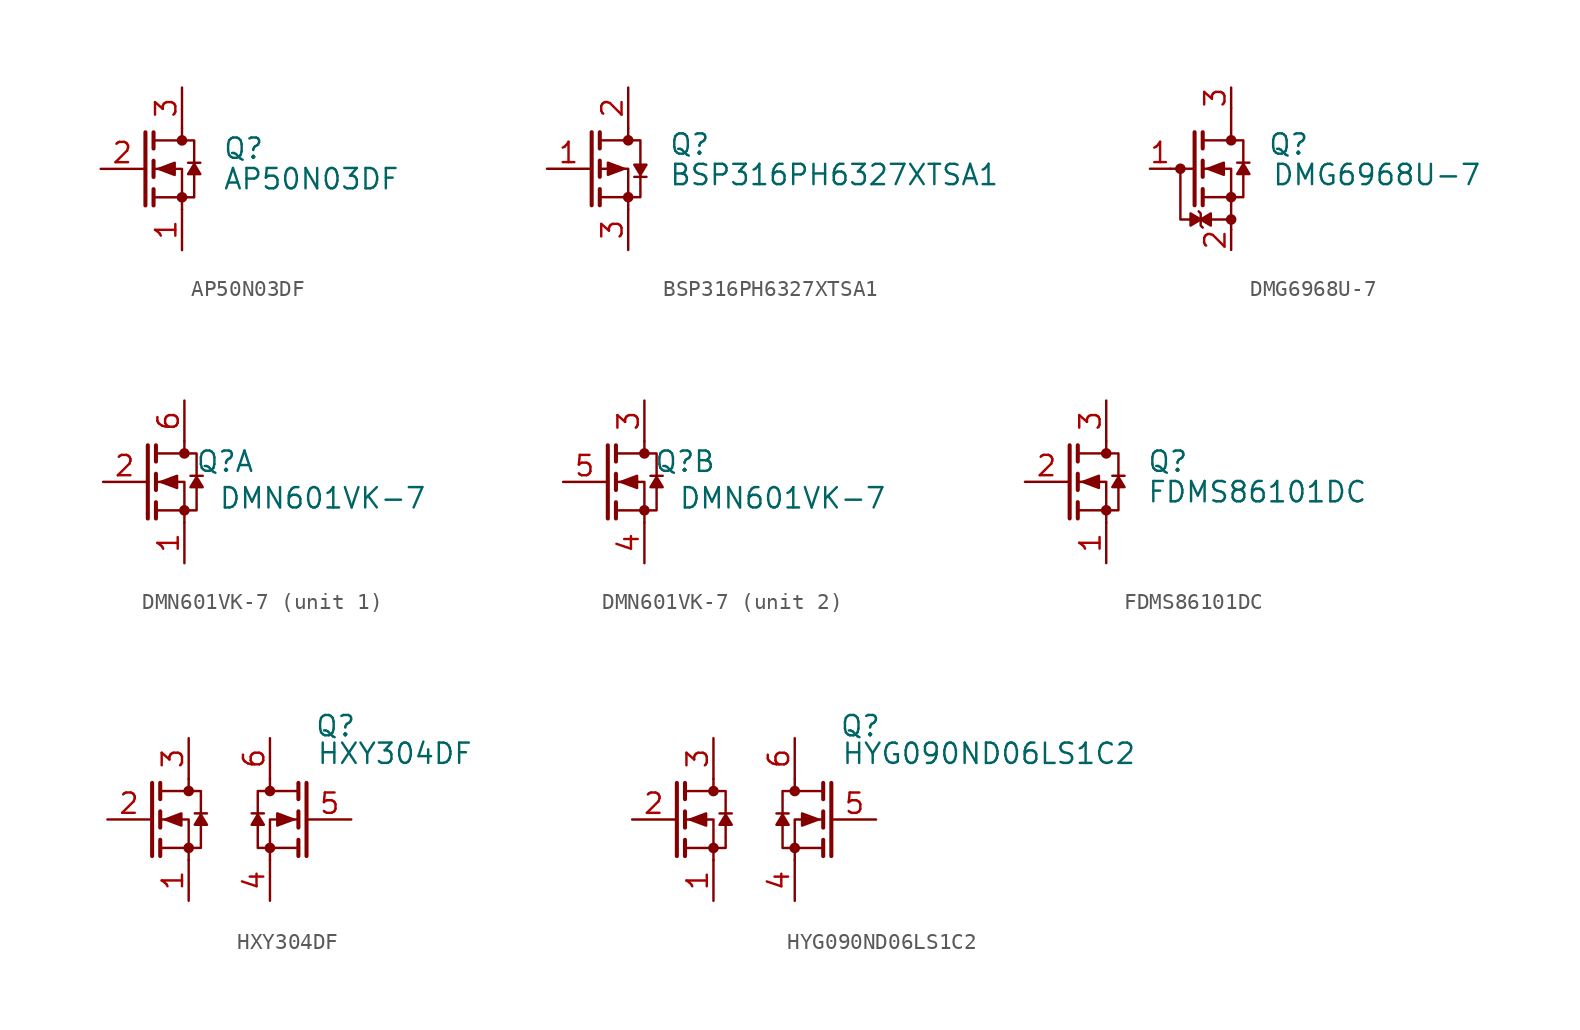
<source format=kicad_sym>
(kicad_symbol_lib
  (version 20241209)
  (generator "kicad_symbol_editor")
  (generator_version "9.0")
  (symbol "AP50N03DF"
    (pin_names
      (offset 0)
      (hide yes))
    (property "Reference" "Q"
      (at 2.54 1.27 0)
      (effects (font (size 1.27 1.27)) (justify left)))
    (property "Value" "AP50N03DF"
      (at 2.54 -0.635 0)
      (effects (font (size 1.27 1.27)) (justify left)))
    (symbol "AP50N03DF_0_1"
      (polyline (pts (xy -2.286 -2.286) (xy -2.286 2.286)) (stroke (width 0.254) (type default)) (fill (type none)))
      (polyline (pts (xy -1.778 2.286) (xy -1.778 1.27)) (stroke (width 0.254) (type default)) (fill (type none)))
      (polyline (pts (xy -1.778 1.778) (xy 0.762 1.778) (xy 0.762 -1.778) (xy -1.778 -1.778)) (stroke (width 0) (type default)) (fill (type none)))
      (polyline (pts (xy -1.778 0.508) (xy -1.778 -0.508)) (stroke (width 0.254) (type default)) (fill (type none)))
      (polyline (pts (xy -1.778 -1.27) (xy -1.778 -2.286)) (stroke (width 0.254) (type default)) (fill (type none)))
      (polyline (pts (xy -1.473 0) (xy -0.457 -0.381) (xy -0.457 0.381) (xy -1.473 0)) (stroke (width 0) (type default)) (fill (type outline)))
      (polyline (pts (xy 0 2.54) (xy 0 1.778)) (stroke (width 0) (type default)) (fill (type none)))
      (circle (center 0 1.778) (radius 0.254) (stroke (width 0) (type default)) (fill (type outline)))
      (circle (center 0 -1.778) (radius 0.254) (stroke (width 0) (type default)) (fill (type outline)))
      (polyline (pts (xy 0 -2.54) (xy 0 0) (xy -1.778 0)) (stroke (width 0) (type default)) (fill (type none)))
      (polyline (pts (xy 1.143 0.381) (xy 0.381 0.381)) (stroke (width 0) (type default)) (fill (type none))))
    (symbol "AP50N03DF_1_1"
      (polyline (pts (xy 0.762 0.305) (xy 1.143 -0.33) (xy 0.381 -0.33) (xy 0.762 0.305)) (stroke (width 0) (type default)) (fill (type outline)))
      (pin input line (at -5.08 0 0) (length 2.692) (name "G" (effects (font (size 1.27 1.27)))) (number "2" (effects (font (size 1.27 1.27)))))
      (pin passive line (at 0 5.08 270) (length 2.54) (name "D" (effects (font (size 1.27 1.27)))) (number "3" (effects (font (size 1.27 1.27)))))
      (pin passive line (at 0 -5.08 90) (length 2.54) (name "S" (effects (font (size 1.27 1.27)))) (number "1" (effects (font (size 1.27 1.27)))))))
  (symbol "BSP316PH6327XTSA1"
    (pin_names
      (offset 0)
      (hide yes))
    (property "Reference" "Q"
      (at 2.54 1.524 0)
      (effects (font (size 1.27 1.27)) (justify left)))
    (property "Value" "BSP316PH6327XTSA1"
      (at 2.54 -0.381 0)
      (effects (font (size 1.27 1.27)) (justify left)))
    (symbol "BSP316PH6327XTSA1_0_1"
      (polyline (pts (xy -2.286 -2.286) (xy -2.286 2.286)) (stroke (width 0.254) (type default)) (fill (type none)))
      (polyline (pts (xy -1.778 2.286) (xy -1.778 1.27)) (stroke (width 0.254) (type default)) (fill (type none)))
      (polyline (pts (xy -1.778 1.778) (xy 0.762 1.778) (xy 0.762 -1.778) (xy -1.778 -1.778)) (stroke (width 0) (type default)) (fill (type none)))
      (polyline (pts (xy -1.778 0.508) (xy -1.778 -0.508)) (stroke (width 0.254) (type default)) (fill (type none)))
      (polyline (pts (xy -1.778 -1.27) (xy -1.778 -2.286)) (stroke (width 0.254) (type default)) (fill (type none)))
      (polyline (pts (xy -0.254 0) (xy -1.27 0.381) (xy -1.27 -0.381) (xy -0.254 0)) (stroke (width 0) (type default)) (fill (type outline)))
      (polyline (pts (xy 0 2.54) (xy 0 1.778)) (stroke (width 0) (type default)) (fill (type none)))
      (circle (center 0 1.778) (radius 0.254) (stroke (width 0) (type default)) (fill (type outline)))
      (circle (center 0 -1.778) (radius 0.254) (stroke (width 0) (type default)) (fill (type outline)))
      (polyline (pts (xy 0 -2.54) (xy 0 0) (xy -1.778 0)) (stroke (width 0) (type default)) (fill (type none)))
      (polyline (pts (xy 1.143 -0.508) (xy 0.381 -0.508)) (stroke (width 0) (type default)) (fill (type none))))
    (symbol "BSP316PH6327XTSA1_1_1"
      (polyline (pts (xy 0.762 -0.381) (xy 0.381 0.254) (xy 1.143 0.254) (xy 0.762 -0.381)) (stroke (width 0) (type default)) (fill (type outline)))
      (pin input line (at -5.08 0 0) (length 2.692) (name "G" (effects (font (size 1.27 1.27)))) (number "1" (effects (font (size 1.27 1.27)))))
      (pin passive line (at 0 5.08 270) (length 2.54) (name "D" (effects (font (size 1.27 1.27)))) (number "2" (effects (font (size 1.27 1.27)))))
      (pin passive line (at 0 5.08 270) (length 2.54) (hide yes) (name "D" (effects (font (size 1.27 1.27)))) (number "4" (effects (font (size 1.27 1.27)))))
      (pin passive line (at 0 -5.08 90) (length 2.54) (name "S" (effects (font (size 1.27 1.27)))) (number "3" (effects (font (size 1.27 1.27)))))))
  (symbol "DMG6968U-7"
    (pin_names
      (offset 0)
      (hide yes))
    (property "Reference" "Q"
      (at 2.286 1.524 0)
      (effects (font (size 1.27 1.27)) (justify left)))
    (property "Value" "DMG6968U-7"
      (at 2.54 -0.381 0)
      (effects (font (size 1.27 1.27)) (justify left)))
    (symbol "DMG6968U-7_0_1"
      (polyline (pts (xy -3.81 0) (xy -2.286 0)) (stroke (width 0) (type default)) (fill (type none)))
      (circle (center -3.175 0) (radius 0.254) (stroke (width 0) (type default)) (fill (type outline)))
      (polyline (pts (xy -2.286 -2.286) (xy -2.286 2.286)) (stroke (width 0.254) (type default)) (fill (type none)))
      (polyline (pts (xy -1.778 2.286) (xy -1.778 1.27)) (stroke (width 0.254) (type default)) (fill (type none)))
      (polyline (pts (xy -1.778 1.778) (xy 0.762 1.778) (xy 0.762 -1.778) (xy -1.778 -1.778)) (stroke (width 0) (type default)) (fill (type none)))
      (polyline (pts (xy -1.778 0.508) (xy -1.778 -0.508)) (stroke (width 0.254) (type default)) (fill (type none)))
      (polyline (pts (xy -1.778 -1.27) (xy -1.778 -2.286)) (stroke (width 0.254) (type default)) (fill (type none)))
      (polyline (pts (xy -1.778 -3.683) (xy -1.905 -3.556) (xy -1.905 -2.794) (xy -2.032 -2.667)) (stroke (width 0) (type default)) (fill (type none)))
      (polyline (pts (xy -1.473 0) (xy -0.457 -0.381) (xy -0.457 0.381) (xy -1.473 0)) (stroke (width 0) (type default)) (fill (type outline)))
      (polyline (pts (xy 0 3.81) (xy 0 1.778)) (stroke (width 0) (type default)) (fill (type none)))
      (circle (center 0 1.778) (radius 0.254) (stroke (width 0) (type default)) (fill (type outline)))
      (circle (center 0 -1.778) (radius 0.254) (stroke (width 0) (type default)) (fill (type outline)))
      (polyline (pts (xy 0 -3.175) (xy -3.175 -3.175) (xy -3.175 0)) (stroke (width 0) (type default)) (fill (type none)))
      (circle (center 0 -3.175) (radius 0.254) (stroke (width 0) (type default)) (fill (type outline)))
      (polyline (pts (xy 0 -3.81) (xy 0 0) (xy -1.778 0)) (stroke (width 0) (type default)) (fill (type none)))
      (polyline (pts (xy 1.143 0.381) (xy 0.381 0.381)) (stroke (width 0) (type default)) (fill (type none))))
    (symbol "DMG6968U-7_1_1"
      (polyline (pts (xy -1.905 -3.175) (xy -2.54 -3.556) (xy -2.54 -2.794) (xy -1.905 -3.175)) (stroke (width 0) (type default)) (fill (type outline)))
      (polyline (pts (xy -1.905 -3.175) (xy -1.27 -2.794) (xy -1.27 -3.556) (xy -1.905 -3.175)) (stroke (width 0) (type default)) (fill (type outline)))
      (polyline (pts (xy 0.762 0.305) (xy 1.143 -0.33) (xy 0.381 -0.33) (xy 0.762 0.305)) (stroke (width 0) (type default)) (fill (type outline)))
      (pin input line (at -5.08 0 0) (length 1.27) (name "G" (effects (font (size 1.27 1.27)))) (number "1" (effects (font (size 1.27 1.27)))))
      (pin passive line (at 0 5.08 270) (length 1.27) (name "D" (effects (font (size 1.27 1.27)))) (number "3" (effects (font (size 1.27 1.27)))))
      (pin passive line (at 0 -5.08 90) (length 1.27) (name "S" (effects (font (size 1.27 1.27)))) (number "2" (effects (font (size 1.27 1.27)))))))
  (symbol "DMN601VK-7"
    (pin_names
      (hide yes))
    (property "Reference" "Q"
      (at 2.54 1.27 0)
      (effects (font (size 1.27 1.27))))
    (property "Value" "DMN601VK-7"
      (at 8.636 -1.016 0)
      (effects (font (size 1.27 1.27))))
    (symbol "DMN601VK-7_0_1"
      (polyline (pts (xy -2.286 -2.286) (xy -2.286 2.286)) (stroke (width 0.254) (type default)) (fill (type none)))
      (polyline (pts (xy -1.778 2.286) (xy -1.778 1.27)) (stroke (width 0.254) (type default)) (fill (type none)))
      (polyline (pts (xy -1.778 1.778) (xy 0.762 1.778) (xy 0.762 -1.778) (xy -1.778 -1.778)) (stroke (width 0) (type default)) (fill (type none)))
      (polyline (pts (xy -1.778 0.508) (xy -1.778 -0.508)) (stroke (width 0.254) (type default)) (fill (type none)))
      (polyline (pts (xy -1.778 -1.27) (xy -1.778 -2.286)) (stroke (width 0.254) (type default)) (fill (type none)))
      (polyline (pts (xy -1.473 0) (xy -0.457 -0.381) (xy -0.457 0.381) (xy -1.473 0)) (stroke (width 0) (type default)) (fill (type outline)))
      (polyline (pts (xy 0 2.54) (xy 0 1.778)) (stroke (width 0) (type default)) (fill (type none)))
      (circle (center 0 1.778) (radius 0.254) (stroke (width 0) (type default)) (fill (type outline)))
      (circle (center 0 -1.778) (radius 0.254) (stroke (width 0) (type default)) (fill (type outline)))
      (polyline (pts (xy 0 -2.54) (xy 0 0) (xy -1.778 0)) (stroke (width 0) (type default)) (fill (type none)))
      (polyline (pts (xy 0.762 0.305) (xy 1.143 -0.33) (xy 0.381 -0.33) (xy 0.762 0.305)) (stroke (width 0) (type default)) (fill (type outline)))
      (polyline (pts (xy 1.143 0.381) (xy 0.381 0.381)) (stroke (width 0) (type default)) (fill (type none))))
    (symbol "DMN601VK-7_1_1"
      (pin input line (at -5.08 0 0) (length 2.692) (name "G" (effects (font (size 1.27 1.27)))) (number "2" (effects (font (size 1.27 1.27)))))
      (pin passive line (at 0 5.08 270) (length 2.54) (name "D" (effects (font (size 1.27 1.27)))) (number "6" (effects (font (size 1.27 1.27)))))
      (pin passive line (at 0 -5.08 90) (length 2.54) (name "S" (effects (font (size 1.27 1.27)))) (number "1" (effects (font (size 1.27 1.27))))))
    (symbol "DMN601VK-7_2_1"
      (pin input line (at -5.08 0 0) (length 2.692) (name "G" (effects (font (size 1.27 1.27)))) (number "5" (effects (font (size 1.27 1.27)))))
      (pin passive line (at 0 5.08 270) (length 2.54) (name "D" (effects (font (size 1.27 1.27)))) (number "3" (effects (font (size 1.27 1.27)))))
      (pin passive line (at 0 -5.08 90) (length 2.54) (name "S" (effects (font (size 1.27 1.27)))) (number "4" (effects (font (size 1.27 1.27)))))))
  (symbol "FDMS86101DC"
    (pin_names
      (offset 0)
      (hide yes))
    (property "Reference" "Q"
      (at 2.54 1.27 0)
      (effects (font (size 1.27 1.27)) (justify left)))
    (property "Value" "FDMS86101DC"
      (at 2.54 -0.635 0)
      (effects (font (size 1.27 1.27)) (justify left)))
    (symbol "FDMS86101DC_0_1"
      (polyline (pts (xy -2.286 -2.286) (xy -2.286 2.286)) (stroke (width 0.254) (type default)) (fill (type none)))
      (polyline (pts (xy -1.778 2.286) (xy -1.778 1.27)) (stroke (width 0.254) (type default)) (fill (type none)))
      (polyline (pts (xy -1.778 1.778) (xy 0.762 1.778) (xy 0.762 -1.778) (xy -1.778 -1.778)) (stroke (width 0) (type default)) (fill (type none)))
      (polyline (pts (xy -1.778 0.508) (xy -1.778 -0.508)) (stroke (width 0.254) (type default)) (fill (type none)))
      (polyline (pts (xy -1.778 -1.27) (xy -1.778 -2.286)) (stroke (width 0.254) (type default)) (fill (type none)))
      (polyline (pts (xy -1.473 0) (xy -0.457 -0.381) (xy -0.457 0.381) (xy -1.473 0)) (stroke (width 0) (type default)) (fill (type outline)))
      (polyline (pts (xy 0 2.54) (xy 0 1.778)) (stroke (width 0) (type default)) (fill (type none)))
      (circle (center 0 1.778) (radius 0.254) (stroke (width 0) (type default)) (fill (type outline)))
      (circle (center 0 -1.778) (radius 0.254) (stroke (width 0) (type default)) (fill (type outline)))
      (polyline (pts (xy 0 -2.54) (xy 0 0) (xy -1.778 0)) (stroke (width 0) (type default)) (fill (type none)))
      (polyline (pts (xy 1.143 0.381) (xy 0.381 0.381)) (stroke (width 0) (type default)) (fill (type none))))
    (symbol "FDMS86101DC_1_1"
      (polyline (pts (xy 0.762 0.305) (xy 1.143 -0.33) (xy 0.381 -0.33) (xy 0.762 0.305)) (stroke (width 0) (type default)) (fill (type outline)))
      (pin input line (at -5.08 0 0) (length 2.692) (name "G" (effects (font (size 1.27 1.27)))) (number "2" (effects (font (size 1.27 1.27)))))
      (pin passive line (at 0 5.08 270) (length 2.54) (name "D" (effects (font (size 1.27 1.27)))) (number "3" (effects (font (size 1.27 1.27)))))
      (pin passive line (at 0 -5.08 90) (length 2.54) (name "S" (effects (font (size 1.27 1.27)))) (number "1" (effects (font (size 1.27 1.27)))))))
  (symbol "HXY304DF"
    (pin_names
      (offset 0)
      (hide yes))
    (property "Reference" "Q"
      (at 5.334 5.842 0)
      (effects (font (size 1.27 1.27)) (justify left)))
    (property "Value" "HXY304DF"
      (at 5.436 4.117 0)
      (effects (font (size 1.27 1.27)) (justify left)))
    (symbol "HXY304DF_0_1"
      (polyline (pts (xy -4.826 -2.286) (xy -4.826 2.286)) (stroke (width 0.254) (type default)) (fill (type none)))
      (polyline (pts (xy -4.318 2.286) (xy -4.318 1.27)) (stroke (width 0.254) (type default)) (fill (type none)))
      (polyline (pts (xy -4.318 1.778) (xy -1.778 1.778) (xy -1.778 -1.778) (xy -4.318 -1.778)) (stroke (width 0) (type default)) (fill (type none)))
      (polyline (pts (xy -4.318 0.508) (xy -4.318 -0.508)) (stroke (width 0.254) (type default)) (fill (type none)))
      (polyline (pts (xy -4.318 -1.27) (xy -4.318 -2.286)) (stroke (width 0.254) (type default)) (fill (type none)))
      (polyline (pts (xy -4.013 0) (xy -2.997 -0.381) (xy -2.997 0.381) (xy -4.013 0)) (stroke (width 0) (type default)) (fill (type outline)))
      (polyline (pts (xy -2.54 2.54) (xy -2.54 1.778)) (stroke (width 0) (type default)) (fill (type none)))
      (circle (center -2.54 1.778) (radius 0.254) (stroke (width 0) (type default)) (fill (type outline)))
      (circle (center -2.54 -1.778) (radius 0.254) (stroke (width 0) (type default)) (fill (type outline)))
      (polyline (pts (xy -2.54 -2.54) (xy -2.54 0) (xy -4.318 0)) (stroke (width 0) (type default)) (fill (type none)))
      (polyline (pts (xy -1.397 0.381) (xy -2.159 0.381)) (stroke (width 0) (type default)) (fill (type none)))
      (polyline (pts (xy 2.159 0.381) (xy 1.397 0.381)) (stroke (width 0) (type default)) (fill (type none)))
      (polyline (pts (xy 2.54 2.54) (xy 2.54 1.778)) (stroke (width 0) (type default)) (fill (type none)))
      (circle (center 2.54 1.778) (radius 0.254) (stroke (width 0) (type default)) (fill (type outline)))
      (circle (center 2.54 -1.778) (radius 0.254) (stroke (width 0) (type default)) (fill (type outline)))
      (polyline (pts (xy 2.54 -2.54) (xy 2.54 0) (xy 4.318 0)) (stroke (width 0) (type default)) (fill (type none)))
      (polyline (pts (xy 4.013 0) (xy 2.997 -0.381) (xy 2.997 0.381) (xy 4.013 0)) (stroke (width 0) (type default)) (fill (type outline)))
      (polyline (pts (xy 4.318 2.286) (xy 4.318 1.27)) (stroke (width 0.254) (type default)) (fill (type none)))
      (polyline (pts (xy 4.318 1.778) (xy 1.778 1.778) (xy 1.778 -1.778) (xy 4.318 -1.778)) (stroke (width 0) (type default)) (fill (type none)))
      (polyline (pts (xy 4.318 0.508) (xy 4.318 -0.508)) (stroke (width 0.254) (type default)) (fill (type none)))
      (polyline (pts (xy 4.318 -1.27) (xy 4.318 -2.286)) (stroke (width 0.254) (type default)) (fill (type none)))
      (polyline (pts (xy 4.826 -2.286) (xy 4.826 2.286)) (stroke (width 0.254) (type default)) (fill (type none))))
    (symbol "HXY304DF_1_1"
      (polyline (pts (xy -1.778 0.305) (xy -1.397 -0.33) (xy -2.159 -0.33) (xy -1.778 0.305)) (stroke (width 0) (type default)) (fill (type outline)))
      (polyline (pts (xy 1.778 0.305) (xy 1.397 -0.33) (xy 2.159 -0.33) (xy 1.778 0.305)) (stroke (width 0) (type default)) (fill (type outline)))
      (pin input line (at -7.62 0 0) (length 2.692) (name "G" (effects (font (size 1.27 1.27)))) (number "2" (effects (font (size 1.27 1.27)))))
      (pin passive line (at -2.54 5.08 270) (length 2.54) (name "D" (effects (font (size 1.27 1.27)))) (number "3" (effects (font (size 1.27 1.27)))))
      (pin passive line (at -2.54 -5.08 90) (length 2.54) (name "S" (effects (font (size 1.27 1.27)))) (number "1" (effects (font (size 1.27 1.27)))))
      (pin passive line (at 2.54 5.08 270) (length 2.54) (name "D" (effects (font (size 1.27 1.27)))) (number "6" (effects (font (size 1.27 1.27)))))
      (pin passive line (at 2.54 -5.08 90) (length 2.54) (name "S" (effects (font (size 1.27 1.27)))) (number "4" (effects (font (size 1.27 1.27)))))
      (pin input line (at 7.62 0 180) (length 2.692) (name "G" (effects (font (size 1.27 1.27)))) (number "5" (effects (font (size 1.27 1.27)))))))
  (symbol "HYG090ND06LS1C2"
    (pin_names
      (offset 0)
      (hide yes))
    (property "Reference" "Q"
      (at 5.334 5.842 0)
      (effects (font (size 1.27 1.27)) (justify left)))
    (property "Value" "HYG090ND06LS1C2"
      (at 5.436 4.117 0)
      (effects (font (size 1.27 1.27)) (justify left)))
    (symbol "HYG090ND06LS1C2_0_1"
      (polyline (pts (xy -4.826 -2.286) (xy -4.826 2.286)) (stroke (width 0.254) (type default)) (fill (type none)))
      (polyline (pts (xy -4.318 2.286) (xy -4.318 1.27)) (stroke (width 0.254) (type default)) (fill (type none)))
      (polyline (pts (xy -4.318 1.778) (xy -1.778 1.778) (xy -1.778 -1.778) (xy -4.318 -1.778)) (stroke (width 0) (type default)) (fill (type none)))
      (polyline (pts (xy -4.318 0.508) (xy -4.318 -0.508)) (stroke (width 0.254) (type default)) (fill (type none)))
      (polyline (pts (xy -4.318 -1.27) (xy -4.318 -2.286)) (stroke (width 0.254) (type default)) (fill (type none)))
      (polyline (pts (xy -4.013 0) (xy -2.997 -0.381) (xy -2.997 0.381) (xy -4.013 0)) (stroke (width 0) (type default)) (fill (type outline)))
      (polyline (pts (xy -2.54 2.54) (xy -2.54 1.778)) (stroke (width 0) (type default)) (fill (type none)))
      (circle (center -2.54 1.778) (radius 0.254) (stroke (width 0) (type default)) (fill (type outline)))
      (circle (center -2.54 -1.778) (radius 0.254) (stroke (width 0) (type default)) (fill (type outline)))
      (polyline (pts (xy -2.54 -2.54) (xy -2.54 0) (xy -4.318 0)) (stroke (width 0) (type default)) (fill (type none)))
      (polyline (pts (xy -1.397 0.381) (xy -2.159 0.381)) (stroke (width 0) (type default)) (fill (type none)))
      (polyline (pts (xy 2.159 0.381) (xy 1.397 0.381)) (stroke (width 0) (type default)) (fill (type none)))
      (polyline (pts (xy 2.54 2.54) (xy 2.54 1.778)) (stroke (width 0) (type default)) (fill (type none)))
      (circle (center 2.54 1.778) (radius 0.254) (stroke (width 0) (type default)) (fill (type outline)))
      (circle (center 2.54 -1.778) (radius 0.254) (stroke (width 0) (type default)) (fill (type outline)))
      (polyline (pts (xy 2.54 -2.54) (xy 2.54 0) (xy 4.318 0)) (stroke (width 0) (type default)) (fill (type none)))
      (polyline (pts (xy 4.013 0) (xy 2.997 -0.381) (xy 2.997 0.381) (xy 4.013 0)) (stroke (width 0) (type default)) (fill (type outline)))
      (polyline (pts (xy 4.318 2.286) (xy 4.318 1.27)) (stroke (width 0.254) (type default)) (fill (type none)))
      (polyline (pts (xy 4.318 1.778) (xy 1.778 1.778) (xy 1.778 -1.778) (xy 4.318 -1.778)) (stroke (width 0) (type default)) (fill (type none)))
      (polyline (pts (xy 4.318 0.508) (xy 4.318 -0.508)) (stroke (width 0.254) (type default)) (fill (type none)))
      (polyline (pts (xy 4.318 -1.27) (xy 4.318 -2.286)) (stroke (width 0.254) (type default)) (fill (type none)))
      (polyline (pts (xy 4.826 -2.286) (xy 4.826 2.286)) (stroke (width 0.254) (type default)) (fill (type none))))
    (symbol "HYG090ND06LS1C2_1_1"
      (polyline (pts (xy -1.778 0.305) (xy -1.397 -0.33) (xy -2.159 -0.33) (xy -1.778 0.305)) (stroke (width 0) (type default)) (fill (type outline)))
      (polyline (pts (xy 1.778 0.305) (xy 1.397 -0.33) (xy 2.159 -0.33) (xy 1.778 0.305)) (stroke (width 0) (type default)) (fill (type outline)))
      (pin input line (at -7.62 0 0) (length 2.692) (name "G" (effects (font (size 1.27 1.27)))) (number "2" (effects (font (size 1.27 1.27)))))
      (pin passive line (at -2.54 5.08 270) (length 2.54) (name "D" (effects (font (size 1.27 1.27)))) (number "3" (effects (font (size 1.27 1.27)))))
      (pin passive line (at -2.54 -5.08 90) (length 2.54) (name "S" (effects (font (size 1.27 1.27)))) (number "1" (effects (font (size 1.27 1.27)))))
      (pin passive line (at 2.54 5.08 270) (length 2.54) (name "D" (effects (font (size 1.27 1.27)))) (number "6" (effects (font (size 1.27 1.27)))))
      (pin passive line (at 2.54 -5.08 90) (length 2.54) (name "S" (effects (font (size 1.27 1.27)))) (number "4" (effects (font (size 1.27 1.27)))))
      (pin input line (at 7.62 0 180) (length 2.692) (name "G" (effects (font (size 1.27 1.27)))) (number "5" (effects (font (size 1.27 1.27))))))))
</source>
